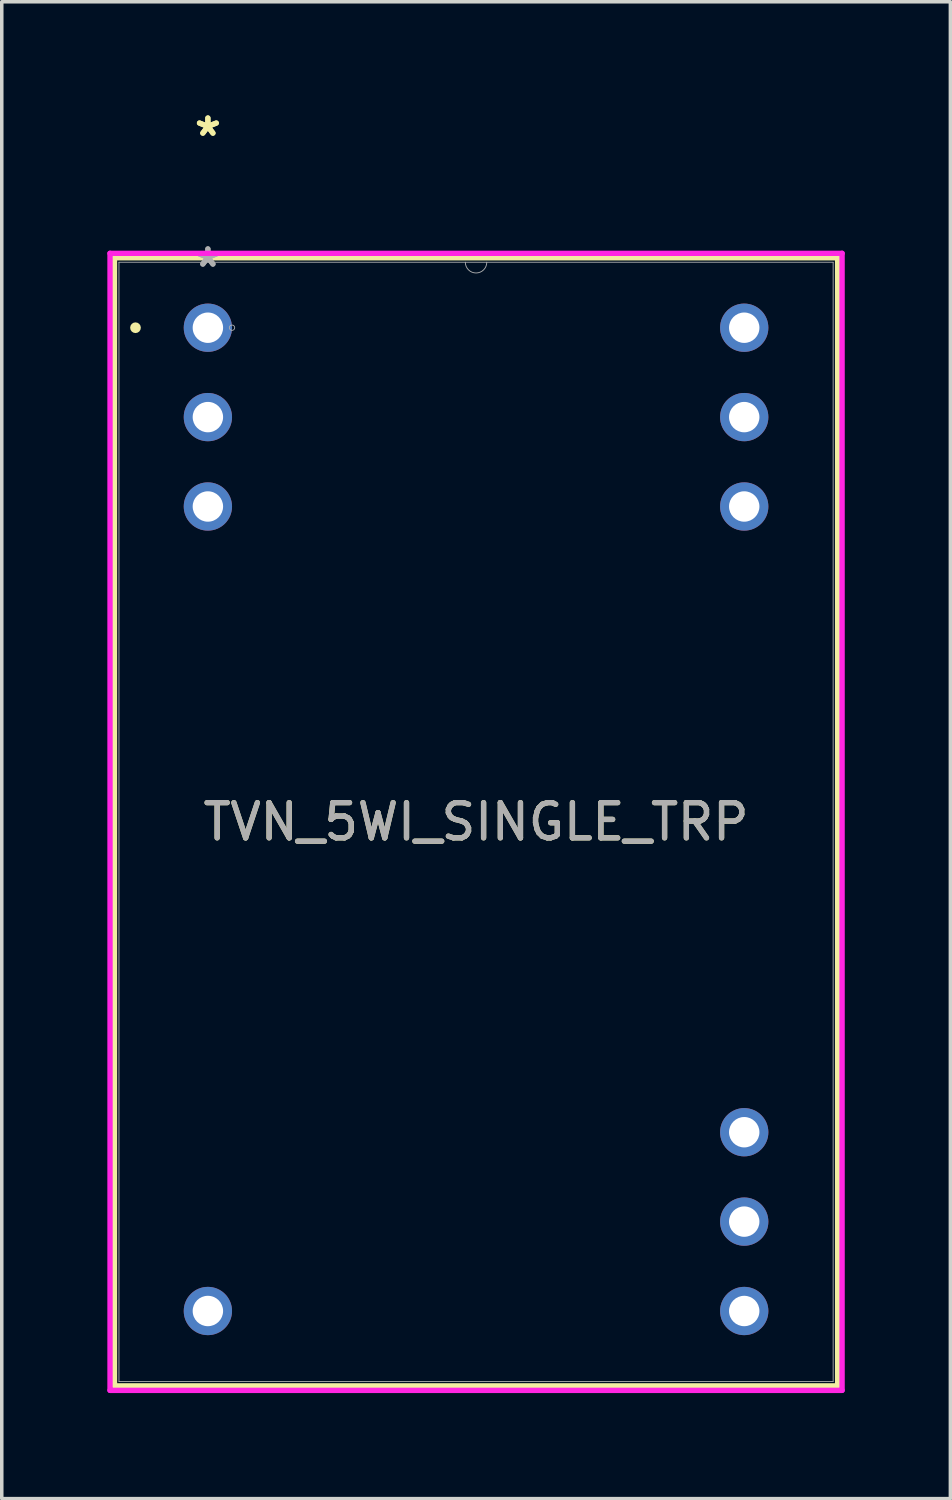
<source format=kicad_pcb>
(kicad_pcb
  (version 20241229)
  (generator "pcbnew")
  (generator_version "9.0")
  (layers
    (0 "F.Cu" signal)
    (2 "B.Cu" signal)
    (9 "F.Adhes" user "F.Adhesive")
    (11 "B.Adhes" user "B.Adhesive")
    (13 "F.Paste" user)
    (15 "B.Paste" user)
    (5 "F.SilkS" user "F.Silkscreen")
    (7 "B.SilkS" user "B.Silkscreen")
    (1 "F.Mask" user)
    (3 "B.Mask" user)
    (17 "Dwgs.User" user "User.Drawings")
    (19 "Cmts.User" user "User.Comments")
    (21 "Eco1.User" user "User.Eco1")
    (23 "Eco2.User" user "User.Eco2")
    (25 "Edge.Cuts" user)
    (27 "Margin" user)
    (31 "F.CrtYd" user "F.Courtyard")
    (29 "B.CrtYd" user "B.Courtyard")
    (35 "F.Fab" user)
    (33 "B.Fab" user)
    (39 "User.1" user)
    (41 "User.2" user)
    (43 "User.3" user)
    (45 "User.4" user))
  (footprint "TVN_5WI_SINGLE_TRP"
    (layer "F.Cu")
    (at 2.857 6.262)
    (property "Reference" "TVN_5WI_SINGLE_TRP" (at 7.62 14.04 0) (unlocked yes) (layer "F.SilkS") (effects (font (size 1 1) (thickness 0.15))))
    (attr through_hole)
    (fp_line (start -2.654 -1.987) (end -2.654 30.068) (stroke (width 0.152) (type solid)) (layer "F.SilkS"))
    (fp_line (start -2.654 30.068) (end 17.894 30.068) (stroke (width 0.152) (type solid)) (layer "F.SilkS"))
    (fp_line (start 17.894 -1.987) (end -2.654 -1.987) (stroke (width 0.152) (type solid)) (layer "F.SilkS"))
    (fp_line (start 17.894 30.068) (end 17.894 -1.987) (stroke (width 0.152) (type solid)) (layer "F.SilkS"))
    (fp_circle (center -2.057 0) (end -1.981 0) (stroke (width 0.152) (type solid)) (fill no) (layer "F.SilkS"))
    (fp_line (start -2.781 -2.114) (end 18.021 -2.114) (stroke (width 0.152) (type solid)) (layer "F.CrtYd"))
    (fp_line (start -2.781 30.195) (end -2.781 -2.114) (stroke (width 0.152) (type solid)) (layer "F.CrtYd"))
    (fp_line (start 18.021 -2.114) (end 18.021 30.195) (stroke (width 0.152) (type solid)) (layer "F.CrtYd"))
    (fp_line (start 18.021 30.195) (end -2.781 30.195) (stroke (width 0.152) (type solid)) (layer "F.CrtYd"))
    (fp_line (start -2.527 -1.86) (end -2.527 29.941) (stroke (width 0.025) (type solid)) (layer "F.Fab"))
    (fp_line (start -2.527 29.941) (end 17.767 29.941) (stroke (width 0.025) (type solid)) (layer "F.Fab"))
    (fp_line (start 17.767 -1.86) (end -2.527 -1.86) (stroke (width 0.025) (type solid)) (layer "F.Fab"))
    (fp_line (start 17.767 29.941) (end 17.767 -1.86) (stroke (width 0.025) (type solid)) (layer "F.Fab"))
    (fp_arc (start 7.9248 -1.86) (mid 7.62 -1.5552) (end 7.3152 -1.86) (stroke (width 0.0254) (type solid)) (layer "F.Fab"))
    (fp_circle (center 0.686 0) (end 0.762 0) (stroke (width 0.025) (type solid)) (fill no) (layer "F.Fab"))
    (fp_text user "*" (at 0 -5.413 0) (layer "F.SilkS") (effects (font (size 1 1) (thickness 0.15))))
    (fp_text user "*" (at 0 -5.413 0) (unlocked yes) (layer "F.SilkS") (effects (font (size 1 1) (thickness 0.15))))
    (fp_text user "*" (at 0 -1.693 0) (layer "F.Fab") (effects (font (size 1 1) (thickness 0.15))))
    (fp_text user "*" (at 0 -1.693 0) (unlocked yes) (layer "F.Fab") (effects (font (size 1 1) (thickness 0.15))))
    (fp_text user "${REFERENCE}" (at 7.62 14.04 0) (unlocked yes) (layer "F.Fab") (effects (font (size 1 1) (thickness 0.15))))
    (pad "1" thru_hole circle (at 0 0) (size 1.372 1.372) (drill 0.864) (layers "*.Cu" "*.Mask"))
    (pad "2" thru_hole circle (at 0 2.54) (size 1.372 1.372) (drill 0.864) (layers "*.Cu" "*.Mask"))
    (pad "3" thru_hole circle (at 0 5.08) (size 1.372 1.372) (drill 0.864) (layers "*.Cu" "*.Mask"))
    (pad "12" thru_hole circle (at 0 27.94) (size 1.372 1.372) (drill 0.864) (layers "*.Cu" "*.Mask"))
    (pad "13" thru_hole circle (at 15.24 27.94) (size 1.372 1.372) (drill 0.864) (layers "*.Cu" "*.Mask"))
    (pad "14" thru_hole circle (at 15.24 25.4) (size 1.372 1.372) (drill 0.864) (layers "*.Cu" "*.Mask"))
    (pad "15" thru_hole circle (at 15.24 22.86) (size 1.372 1.372) (drill 0.864) (layers "*.Cu" "*.Mask"))
    (pad "22" thru_hole circle (at 15.24 5.08) (size 1.372 1.372) (drill 0.864) (layers "*.Cu" "*.Mask"))
    (pad "23" thru_hole circle (at 15.24 2.54) (size 1.372 1.372) (drill 0.864) (layers "*.Cu" "*.Mask"))
    (pad "24" thru_hole circle (at 15.24 0) (size 1.372 1.372) (drill 0.864) (layers "*.Cu" "*.Mask")))
  (gr_rect
    (start -3 -3)
    (end 23.955 39.533)
    (stroke (width 0.1) (type default))
    (fill no)
    (layer "Edge.Cuts")))
</source>
